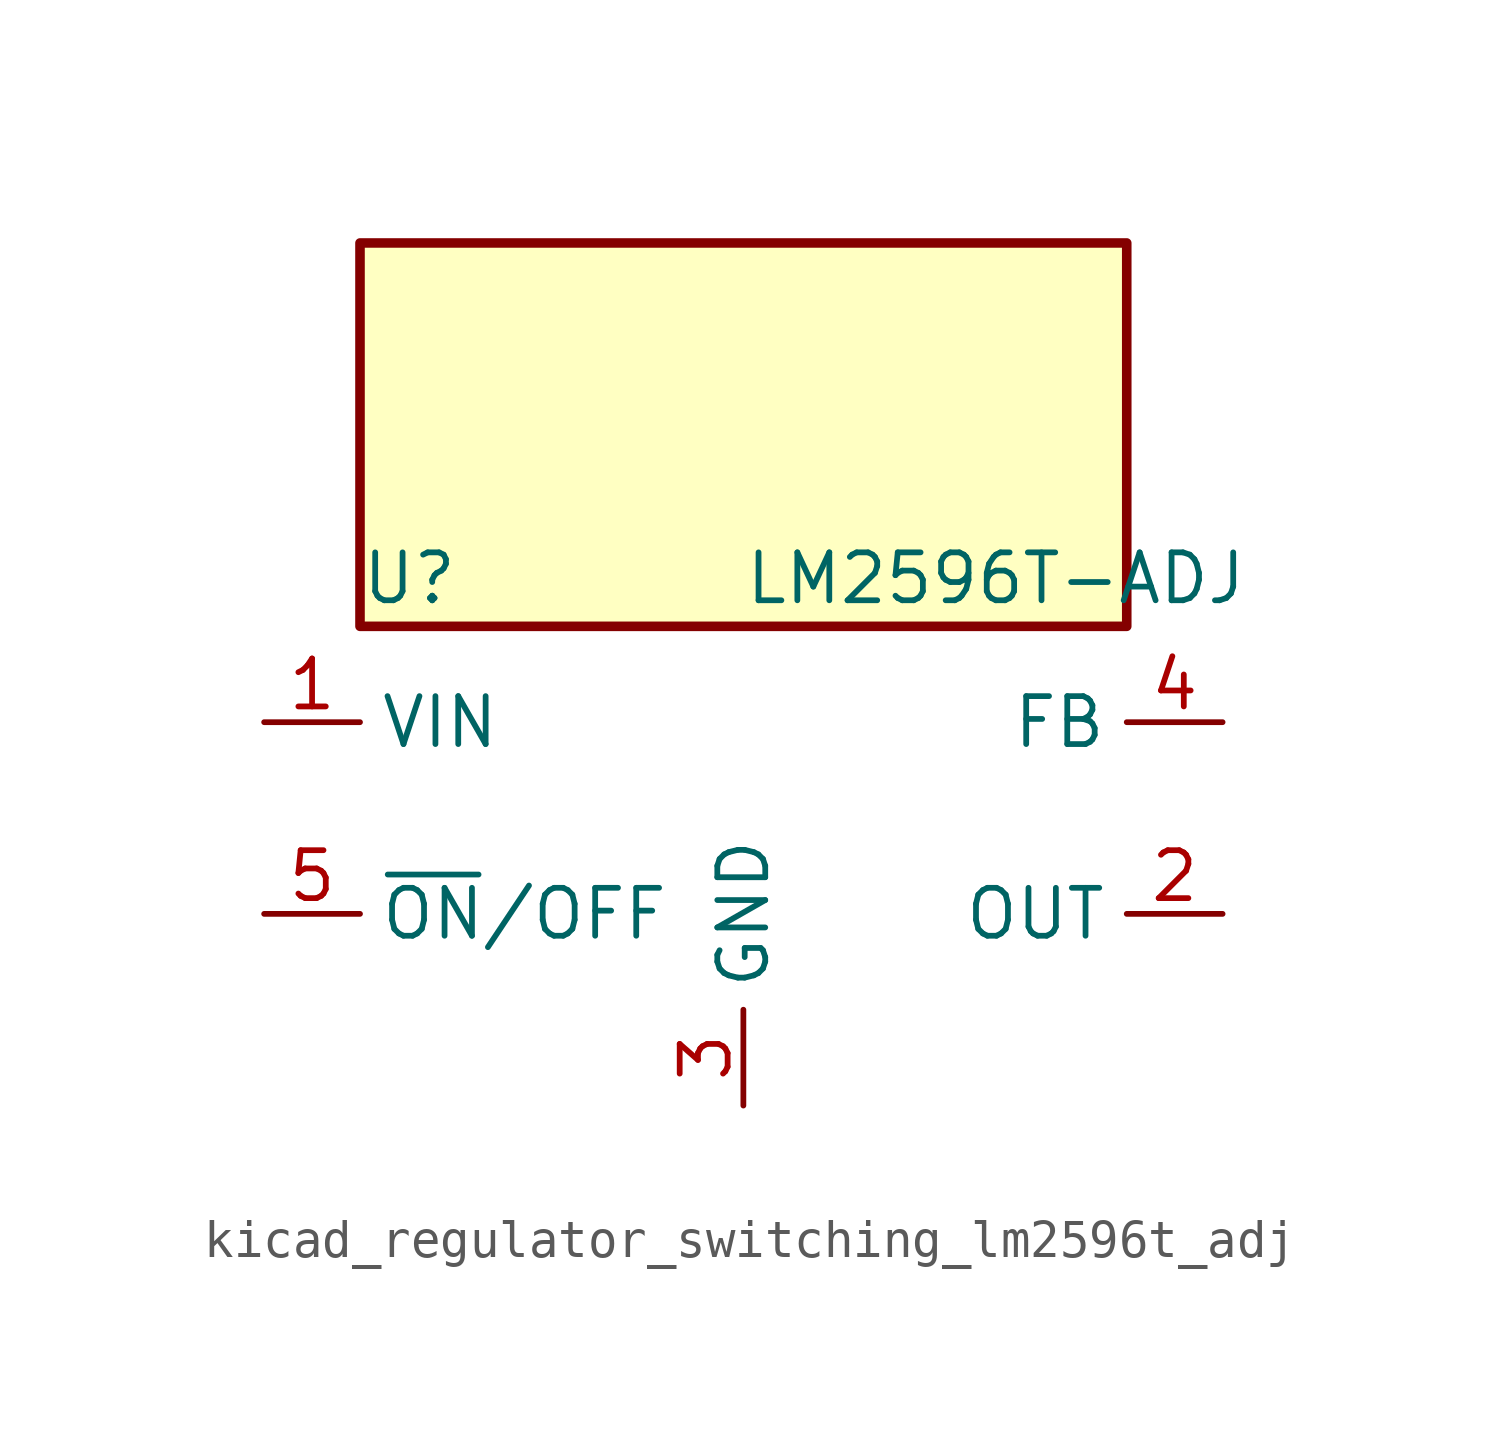
<source format=kicad_sym>
(kicad_symbol_lib
  (version 20220914)
  (generator kicad_symbol_editor)
  (symbol "kicad_regulator_switching_lm2596t_adj"
    (property "Reference" "U"
      (at -10.16 6.35 0)
      (effects (font (size 1.27 1.27)) (justify left)))
    (property "Value" "LM2596T-ADJ"
      (at 0 6.35 0)
      (effects (font (size 1.27 1.27)) (justify left)))
    (symbol "kicad_regulator_switching_lm2596t_adj_0_1"
      (rectangle (start 10.16 15.24) (end -10.16 5.08) (stroke (width 0.254) (type default)) (fill (type background))))
    (symbol "kicad_regulator_switching_lm2596t_adj_1_1"
      (pin power_in line (at -12.7 2.54 0) (length 2.54) (name "VIN" (effects (font (size 1.27 1.27)))) (number "1" (effects (font (size 1.27 1.27)))))
      (pin output line (at 12.7 -2.54 180) (length 2.54) (name "OUT" (effects (font (size 1.27 1.27)))) (number "2" (effects (font (size 1.27 1.27)))))
      (pin power_in line (at 0 -7.62 90) (length 2.54) (name "GND" (effects (font (size 1.27 1.27)))) (number "3" (effects (font (size 1.27 1.27)))))
      (pin input line (at 12.7 2.54 180) (length 2.54) (name "FB" (effects (font (size 1.27 1.27)))) (number "4" (effects (font (size 1.27 1.27)))))
      (pin input line (at -12.7 -2.54 0) (length 2.54) (name "~{ON}/OFF" (effects (font (size 1.27 1.27)))) (number "5" (effects (font (size 1.27 1.27))))))))
</source>
